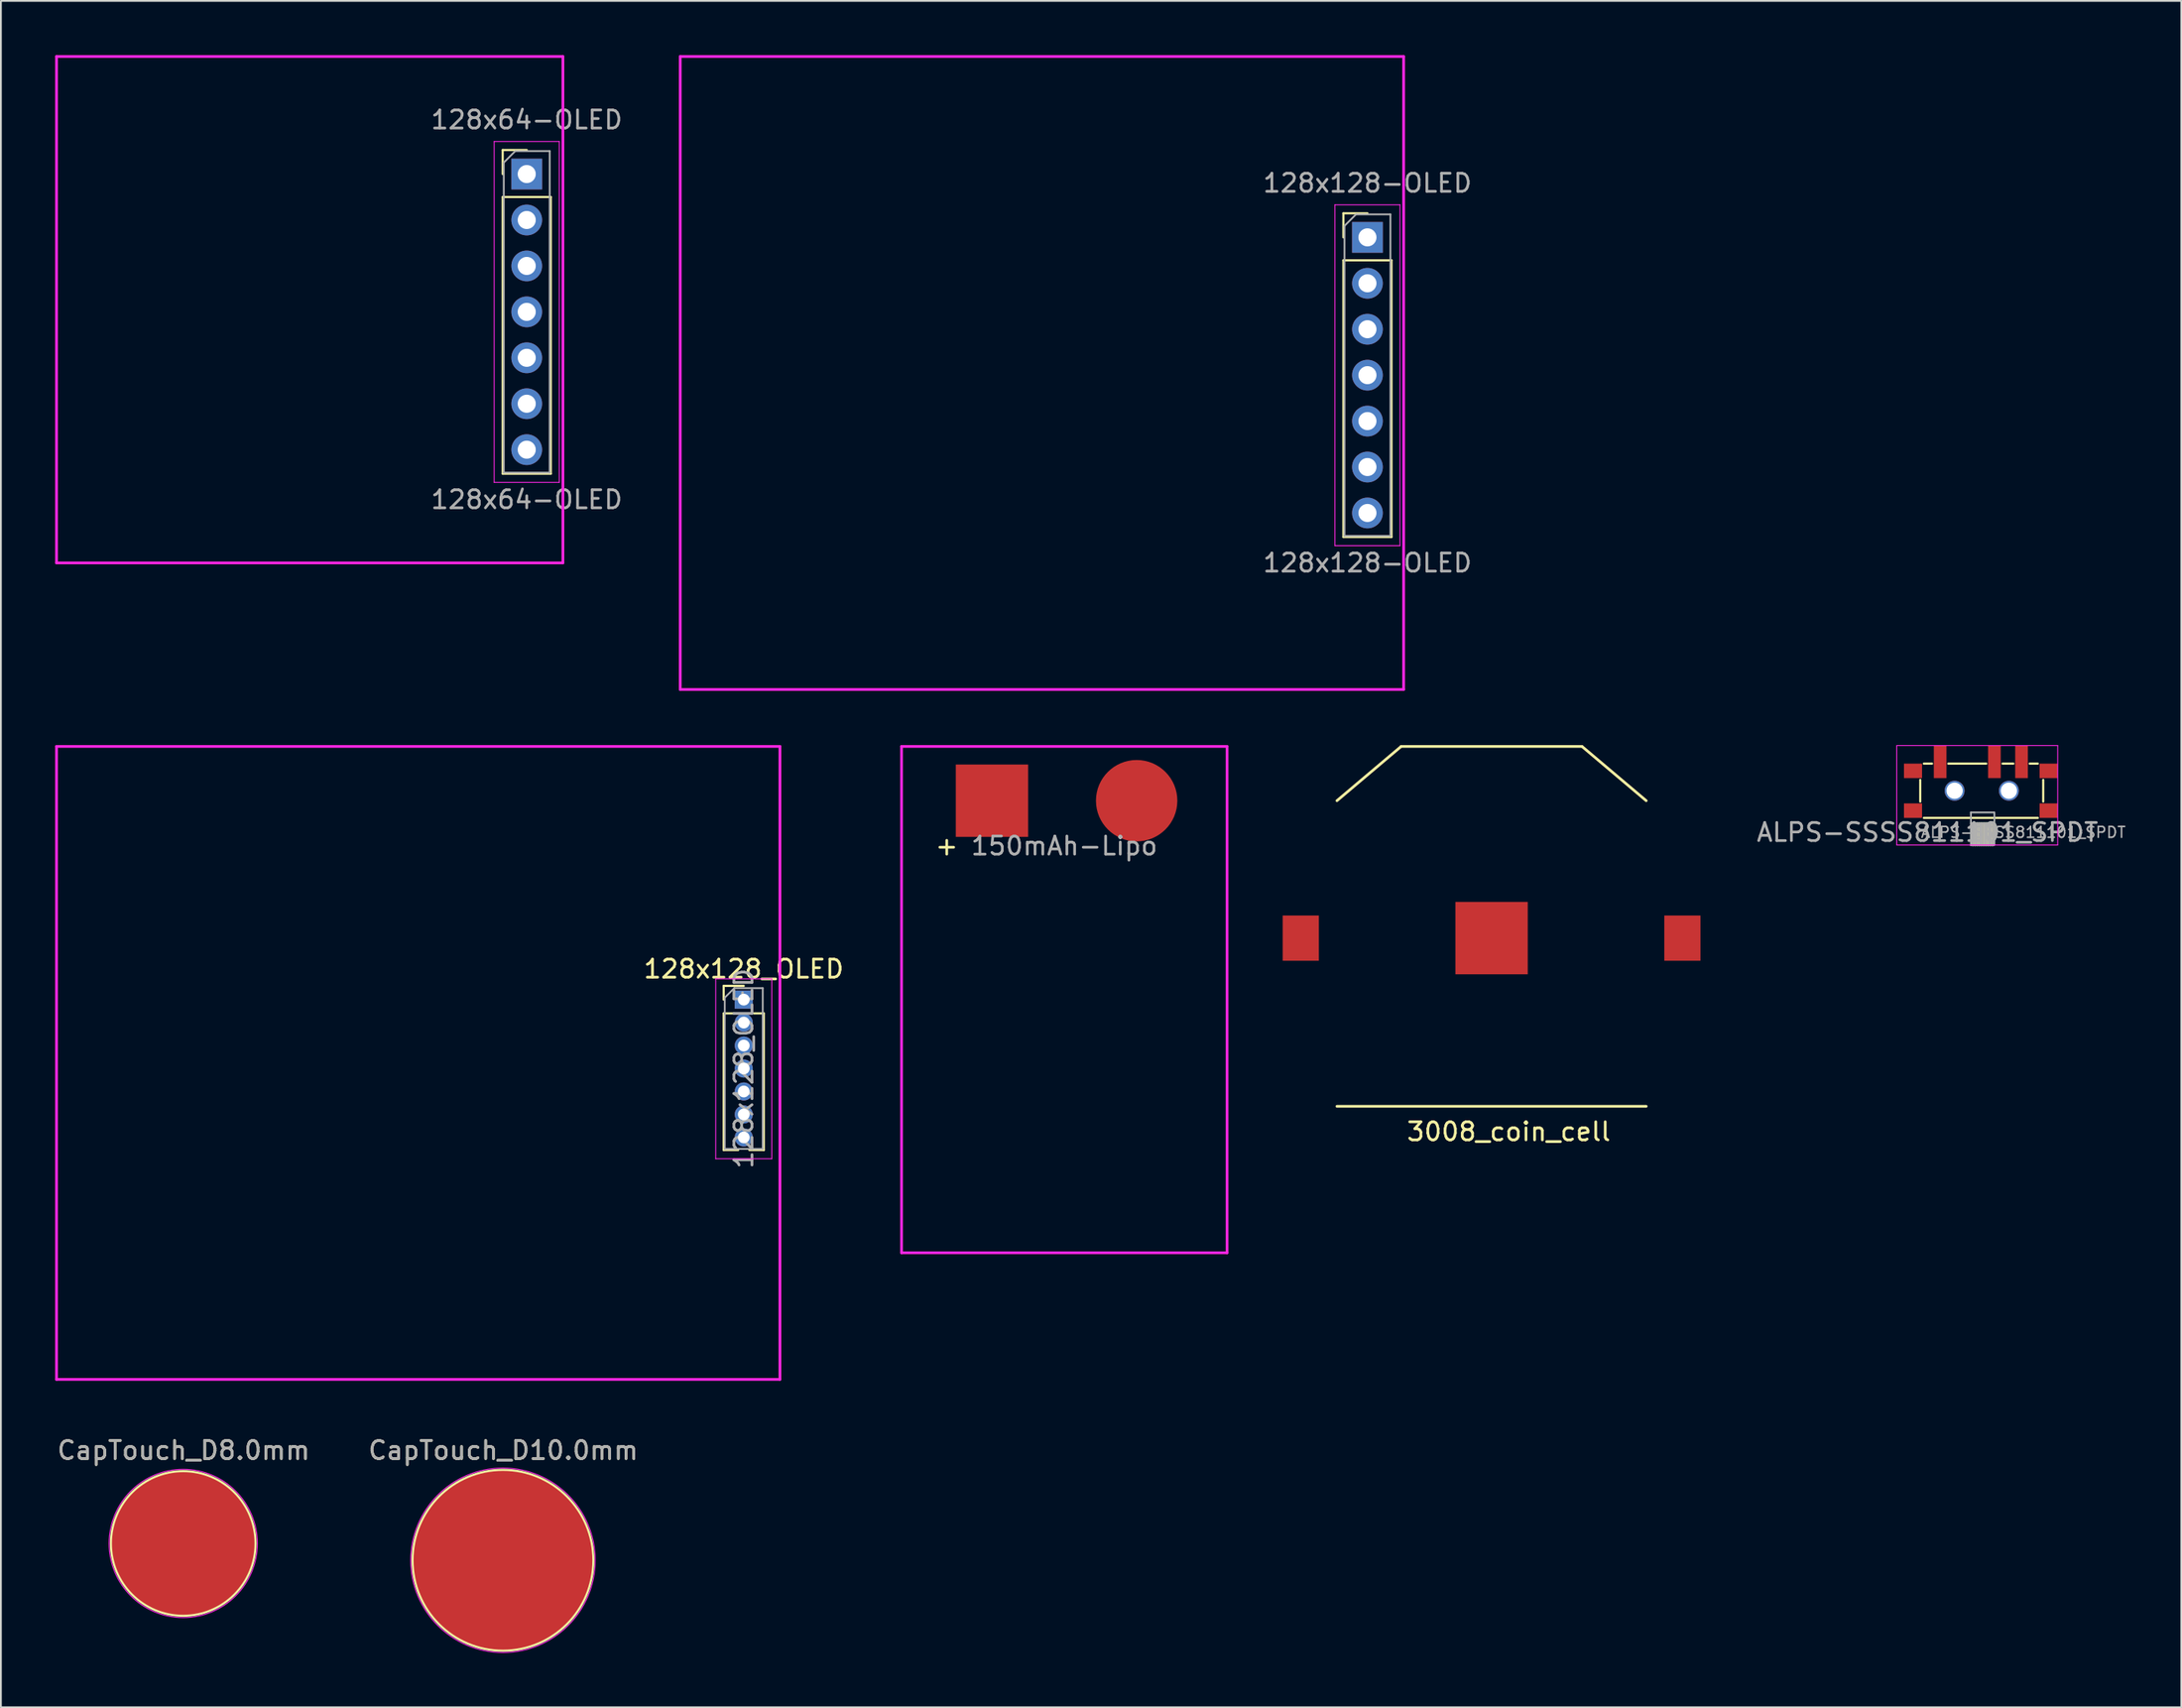
<source format=kicad_pcb>
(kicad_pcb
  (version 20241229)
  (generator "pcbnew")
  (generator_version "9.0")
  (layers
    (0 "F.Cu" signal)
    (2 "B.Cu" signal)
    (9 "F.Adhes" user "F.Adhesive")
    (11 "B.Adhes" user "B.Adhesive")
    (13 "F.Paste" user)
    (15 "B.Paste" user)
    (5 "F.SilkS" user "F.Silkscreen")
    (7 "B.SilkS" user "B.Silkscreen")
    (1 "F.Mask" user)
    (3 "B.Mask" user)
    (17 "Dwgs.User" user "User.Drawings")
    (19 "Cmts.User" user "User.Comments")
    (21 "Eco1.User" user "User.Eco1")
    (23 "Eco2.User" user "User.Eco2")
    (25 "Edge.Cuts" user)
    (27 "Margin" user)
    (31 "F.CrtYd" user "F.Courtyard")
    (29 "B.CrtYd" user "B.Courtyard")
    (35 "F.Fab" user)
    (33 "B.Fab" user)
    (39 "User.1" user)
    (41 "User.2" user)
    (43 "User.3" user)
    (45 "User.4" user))
  (footprint "150mAh-Lipo"
    (layer "F.Cu")
    (at 55.799 41.225)
    (property "Reference" "150mAh-Lipo" (at 0 2.5 0) (layer "F.Fab") (effects (font (size 1 1) (thickness 0.15))))
    (attr through_hole)
    (fp_line (start -9 -3) (end -9 25) (stroke (width 0.15) (type solid)) (layer "F.CrtYd"))
    (fp_line (start -9 25) (end 9 25) (stroke (width 0.15) (type solid)) (layer "F.CrtYd"))
    (fp_line (start 9 -3) (end -9 -3) (stroke (width 0.15) (type solid)) (layer "F.CrtYd"))
    (fp_line (start 9 25) (end 9 -3) (stroke (width 0.15) (type solid)) (layer "F.CrtYd"))
    (fp_text user "+" (at -6.5 2.5 0) (layer "F.SilkS") (effects (font (size 1 1) (thickness 0.15))))
    (pad "1" smd rect (at -4 0) (size 4 4) (layers "F.Cu" "F.Mask" "F.Paste"))
    (pad "2" smd circle (at 4 0) (size 4.5 4.5) (layers "F.Cu" "F.Mask" "F.Paste")))
  (footprint "128x128-OLED"
    (layer "F.Cu")
    (at 72.561 10.075)
    (property "Reference" "128x128-OLED" (at 0 -3 0) (layer "F.Fab") (effects (font (size 1 1) (thickness 0.15))))
    (attr through_hole)
    (fp_line (start -1.33 -1.33) (end 0 -1.33) (stroke (width 0.12) (type solid)) (layer "F.SilkS"))
    (fp_line (start -1.33 0) (end -1.33 -1.33) (stroke (width 0.12) (type solid)) (layer "F.SilkS"))
    (fp_line (start -1.33 1.27) (end -1.33 16.57) (stroke (width 0.12) (type solid)) (layer "F.SilkS"))
    (fp_line (start -1.33 1.27) (end 1.33 1.27) (stroke (width 0.12) (type solid)) (layer "F.SilkS"))
    (fp_line (start -1.33 16.57) (end 1.33 16.57) (stroke (width 0.12) (type solid)) (layer "F.SilkS"))
    (fp_line (start 1.33 1.27) (end 1.33 16.57) (stroke (width 0.12) (type solid)) (layer "F.SilkS"))
    (fp_line (start -38 -10) (end 2 -10) (stroke (width 0.15) (type solid)) (layer "F.CrtYd"))
    (fp_line (start -38 25) (end -38 -10) (stroke (width 0.15) (type solid)) (layer "F.CrtYd"))
    (fp_line (start -1.8 -1.8) (end -1.8 17.05) (stroke (width 0.05) (type solid)) (layer "F.CrtYd"))
    (fp_line (start -1.8 17.05) (end 1.8 17.05) (stroke (width 0.05) (type solid)) (layer "F.CrtYd"))
    (fp_line (start 1.8 -1.8) (end -1.8 -1.8) (stroke (width 0.05) (type solid)) (layer "F.CrtYd"))
    (fp_line (start 1.8 17.05) (end 1.8 -1.8) (stroke (width 0.05) (type solid)) (layer "F.CrtYd"))
    (fp_line (start 2 -10) (end 2 25) (stroke (width 0.15) (type solid)) (layer "F.CrtYd"))
    (fp_line (start 2 25) (end -38 25) (stroke (width 0.15) (type solid)) (layer "F.CrtYd"))
    (fp_line (start -1.27 -0.635) (end -0.635 -1.27) (stroke (width 0.1) (type solid)) (layer "F.Fab"))
    (fp_line (start -1.27 16.51) (end -1.27 -0.635) (stroke (width 0.1) (type solid)) (layer "F.Fab"))
    (fp_line (start -0.635 -1.27) (end 1.27 -1.27) (stroke (width 0.1) (type solid)) (layer "F.Fab"))
    (fp_line (start 1.27 -1.27) (end 1.27 16.51) (stroke (width 0.1) (type solid)) (layer "F.Fab"))
    (fp_line (start 1.27 16.51) (end -1.27 16.51) (stroke (width 0.1) (type solid)) (layer "F.Fab"))
    (fp_text user "${REFERENCE}" (at 0 18 180) (layer "F.Fab") (effects (font (size 1 1) (thickness 0.15))))
    (pad "1" thru_hole rect (at 0 0) (size 1.7 1.7) (drill 1) (layers "*.Cu" "*.Mask"))
    (pad "2" thru_hole oval (at 0 2.54) (size 1.7 1.7) (drill 1) (layers "*.Cu" "*.Mask"))
    (pad "3" thru_hole oval (at 0 5.08) (size 1.7 1.7) (drill 1) (layers "*.Cu" "*.Mask"))
    (pad "4" thru_hole oval (at 0 7.62) (size 1.7 1.7) (drill 1) (layers "*.Cu" "*.Mask"))
    (pad "5" thru_hole oval (at 0 10.16) (size 1.7 1.7) (drill 1) (layers "*.Cu" "*.Mask"))
    (pad "6" thru_hole oval (at 0 12.7) (size 1.7 1.7) (drill 1) (layers "*.Cu" "*.Mask"))
    (pad "7" thru_hole oval (at 0 15.24) (size 1.7 1.7) (drill 1) (layers "*.Cu" "*.Mask")))
  (footprint "3008_coin_cell"
    (layer "F.Cu")
    (at 68.874 48.825)
    (property "Reference" "3008_coin_cell" (at 11.5 10.7 0) (layer "F.SilkS") (effects (font (size 1 1) (thickness 0.15))))
    (attr through_hole)
    (fp_line (start 2 9.3) (end 19.1 9.3) (stroke (width 0.15) (type solid)) (layer "F.SilkS"))
    (fp_line (start 5.55 -10.6) (end 2 -7.6) (stroke (width 0.15) (type solid)) (layer "F.SilkS"))
    (fp_line (start 5.55 -10.6) (end 15.55 -10.6) (stroke (width 0.15) (type solid)) (layer "F.SilkS"))
    (fp_line (start 15.55 -10.6) (end 19.1 -7.6) (stroke (width 0.15) (type solid)) (layer "F.SilkS"))
    (pad "1" smd rect (at 0 0) (size 2 2.5) (layers "F.Cu" "F.Mask" "F.Paste"))
    (pad "1" smd rect (at 21.1 0) (size 2 2.5) (layers "F.Cu" "F.Mask" "F.Paste"))
    (pad "2" smd rect (at 10.55 0) (size 4 4) (layers "F.Cu" "F.Mask" "F.Paste")))
  (footprint "ALPS-SSSS811101_SPDT"
    (layer "F.Cu")
    (at 106.527 40.675)
    (property "Reference" "ALPS-SSSS811101_SPDT" (at -3 2.3 0) (layer "F.Fab") (effects (font (size 1 1) (thickness 0.15))))
    (attr smd)
    (fp_line (start -3.4 -0.6) (end -3.4 0.6) (stroke (width 0.12) (type solid)) (layer "F.SilkS"))
    (fp_line (start -3.2 -1.5) (end -2.75 -1.5) (stroke (width 0.12) (type solid)) (layer "F.SilkS"))
    (fp_line (start -3.2 1.5) (end 3.1 1.5) (stroke (width 0.12) (type solid)) (layer "F.SilkS"))
    (fp_line (start -1.85 -1.5) (end 0.25 -1.5) (stroke (width 0.12) (type solid)) (layer "F.SilkS"))
    (fp_line (start -0.491 3.012) (end -0.491 1.805) (stroke (width 0.12) (type solid)) (layer "F.SilkS"))
    (fp_line (start -0.371 3.012) (end -0.371 1.805) (stroke (width 0.12) (type solid)) (layer "F.SilkS"))
    (fp_line (start -0.251 3.012) (end -0.251 1.805) (stroke (width 0.12) (type solid)) (layer "F.SilkS"))
    (fp_line (start -0.131 3.012) (end -0.131 1.805) (stroke (width 0.12) (type solid)) (layer "F.SilkS"))
    (fp_line (start -0.011 3.012) (end -0.011 1.805) (stroke (width 0.12) (type solid)) (layer "F.SilkS"))
    (fp_line (start 0.109 3.012) (end 0.109 1.805) (stroke (width 0.12) (type solid)) (layer "F.SilkS"))
    (fp_line (start 0.229 3.012) (end 0.229 1.805) (stroke (width 0.12) (type solid)) (layer "F.SilkS"))
    (fp_line (start 0.349 3.012) (end 0.349 1.805) (stroke (width 0.12) (type solid)) (layer "F.SilkS"))
    (fp_line (start 0.469 3.012) (end 0.469 1.805) (stroke (width 0.12) (type solid)) (layer "F.SilkS"))
    (fp_line (start 0.589 3.012) (end 0.589 1.805) (stroke (width 0.12) (type solid)) (layer "F.SilkS"))
    (fp_line (start 1.15 -1.5) (end 1.75 -1.5) (stroke (width 0.12) (type solid)) (layer "F.SilkS"))
    (fp_line (start 2.65 -1.5) (end 3.1 -1.5) (stroke (width 0.12) (type solid)) (layer "F.SilkS"))
    (fp_line (start 3.4 -0.6) (end 3.4 0.6) (stroke (width 0.12) (type solid)) (layer "F.SilkS"))
    (fp_line (start -4.7 -2.5) (end -4.7 3) (stroke (width 0.05) (type solid)) (layer "F.CrtYd"))
    (fp_line (start -4.7 3) (end 4.2 3) (stroke (width 0.05) (type solid)) (layer "F.CrtYd"))
    (fp_line (start 4.2 -2.5) (end -4.7 -2.5) (stroke (width 0.05) (type solid)) (layer "F.CrtYd"))
    (fp_line (start 4.2 3) (end 4.2 -2.5) (stroke (width 0.05) (type solid)) (layer "F.CrtYd"))
    (fp_line (start -0.611 3.012) (end 0.659 3.012) (stroke (width 0.1) (type solid)) (layer "F.Fab"))
    (fp_line (start -0.6 1.2) (end -0.6 3) (stroke (width 0.1) (type solid)) (layer "F.Fab"))
    (fp_line (start -0.6 1.8) (end 0.7 1.8) (stroke (width 0.1) (type solid)) (layer "F.Fab"))
    (fp_line (start -0.5 3.007) (end -0.5 1.8) (stroke (width 0.1) (type solid)) (layer "F.Fab"))
    (fp_line (start -0.4 3.007) (end -0.4 1.8) (stroke (width 0.1) (type solid)) (layer "F.Fab"))
    (fp_line (start -0.3 3.007) (end -0.3 1.8) (stroke (width 0.1) (type solid)) (layer "F.Fab"))
    (fp_line (start -0.2 3.007) (end -0.2 1.8) (stroke (width 0.1) (type solid)) (layer "F.Fab"))
    (fp_line (start -0.1 3.007) (end -0.1 1.8) (stroke (width 0.1) (type solid)) (layer "F.Fab"))
    (fp_line (start 0 3.007) (end 0 1.8) (stroke (width 0.1) (type solid)) (layer "F.Fab"))
    (fp_line (start 0.1 3.007) (end 0.1 1.8) (stroke (width 0.1) (type solid)) (layer "F.Fab"))
    (fp_line (start 0.2 3.007) (end 0.2 1.8) (stroke (width 0.1) (type solid)) (layer "F.Fab"))
    (fp_line (start 0.3 3.007) (end 0.3 1.8) (stroke (width 0.1) (type solid)) (layer "F.Fab"))
    (fp_line (start 0.4 3.012) (end 0.4 1.805) (stroke (width 0.1) (type solid)) (layer "F.Fab"))
    (fp_line (start 0.5 3.012) (end 0.5 1.805) (stroke (width 0.1) (type solid)) (layer "F.Fab"))
    (fp_line (start 0.6 3.012) (end 0.6 1.805) (stroke (width 0.1) (type solid)) (layer "F.Fab"))
    (fp_line (start 0.67 1.2) (end -0.6 1.2) (stroke (width 0.1) (type solid)) (layer "F.Fab"))
    (fp_line (start 0.7 3) (end 0.7 1.2) (stroke (width 0.1) (type solid)) (layer "F.Fab"))
    (fp_text user "${REFERENCE}" (at 2.3 2.3 180) (layer "F.Fab") (effects (font (size 0.6 0.6) (thickness 0.09))))
    (pad "" thru_hole circle (at -1.5 0) (size 1.1 1.1) (drill 0.9) (layers "*.Cu" "*.Mask"))
    (pad "" thru_hole circle (at 1.5 0) (size 1.1 1.1) (drill 0.9) (layers "*.Cu" "*.Mask"))
    (pad "1" smd rect (at -2.3 -1.6 90) (size 1.8 0.7) (layers "F.Cu" "F.Mask" "F.Paste"))
    (pad "2" smd rect (at 0.7 -1.6 90) (size 1.8 0.7) (layers "F.Cu" "F.Mask" "F.Paste"))
    (pad "3" smd rect (at 2.2 -1.6 90) (size 1.8 0.7) (layers "F.Cu" "F.Mask" "F.Paste"))
    (pad "4" smd rect (at -3.8 -1.1) (size 1 0.8) (layers "F.Cu" "F.Mask" "F.Paste"))
    (pad "4" smd rect (at -3.8 1.1) (size 1 0.8) (layers "F.Cu" "F.Mask" "F.Paste"))
    (pad "4" smd rect (at 3.7 -1.1) (size 1 0.8) (layers "F.Cu" "F.Mask" "F.Paste"))
    (pad "4" smd rect (at 3.7 1.1) (size 1 0.8) (layers "F.Cu" "F.Mask" "F.Paste")))
  (footprint "CapTouch_D8.0mm"
    (layer "F.Cu")
    (at 7.081 82.298)
    (property "Reference" "CapTouch_D8.0mm" (at 0.02 -5.15 0) (layer "F.SilkS") (effects (font (size 1 1) (thickness 0.15))))
    (attr exclude_from_pos_files exclude_from_bom)
    (fp_circle (center 0 0) (end 4 0) (stroke (width 0.12) (type solid)) (fill no) (layer "F.SilkS"))
    (fp_circle (center 0 0) (end 4.1 0) (stroke (width 0.05) (type solid)) (fill no) (layer "F.CrtYd"))
    (fp_text user "${REFERENCE}" (at 0.02 -5.15 0) (layer "F.Fab") (effects (font (size 1 1) (thickness 0.15))))
    (pad "1" smd circle (at 0 0) (size 8 8) (layers "F.Cu")))
  (footprint "128x128_OLED"
    (layer "F.Cu")
    (at 38.075 52.225)
    (property "Reference" "128x128_OLED" (at 0 -1.695 0) (layer "F.SilkS") (effects (font (size 1 1) (thickness 0.15))))
    (attr through_hole)
    (fp_line (start -1.11 -0.76) (end 0 -0.76) (stroke (width 0.12) (type solid)) (layer "F.SilkS"))
    (fp_line (start -1.11 0) (end -1.11 -0.76) (stroke (width 0.12) (type solid)) (layer "F.SilkS"))
    (fp_line (start -1.11 0.76) (end -1.11 8.315) (stroke (width 0.12) (type solid)) (layer "F.SilkS"))
    (fp_line (start -1.11 0.76) (end -0.563 0.76) (stroke (width 0.12) (type solid)) (layer "F.SilkS"))
    (fp_line (start -1.11 8.315) (end -0.308 8.315) (stroke (width 0.12) (type solid)) (layer "F.SilkS"))
    (fp_line (start 0.308 8.315) (end 1.11 8.315) (stroke (width 0.12) (type solid)) (layer "F.SilkS"))
    (fp_line (start 0.563 0.76) (end 1.11 0.76) (stroke (width 0.12) (type solid)) (layer "F.SilkS"))
    (fp_line (start 1.11 0.76) (end 1.11 8.315) (stroke (width 0.12) (type solid)) (layer "F.SilkS"))
    (fp_line (start -38 -14) (end -38 21) (stroke (width 0.15) (type solid)) (layer "F.CrtYd"))
    (fp_line (start -38 21) (end 2 21) (stroke (width 0.15) (type solid)) (layer "F.CrtYd"))
    (fp_line (start -1.55 -1.15) (end -1.55 8.8) (stroke (width 0.05) (type solid)) (layer "F.CrtYd"))
    (fp_line (start -1.55 8.8) (end 1.55 8.8) (stroke (width 0.05) (type solid)) (layer "F.CrtYd"))
    (fp_line (start 1.55 -1.15) (end -1.55 -1.15) (stroke (width 0.05) (type solid)) (layer "F.CrtYd"))
    (fp_line (start 1.55 8.8) (end 1.55 -1.15) (stroke (width 0.05) (type solid)) (layer "F.CrtYd"))
    (fp_line (start 2 -14) (end -38 -14) (stroke (width 0.15) (type solid)) (layer "F.CrtYd"))
    (fp_line (start 2 21) (end 2 -14) (stroke (width 0.15) (type solid)) (layer "F.CrtYd"))
    (fp_line (start -1.05 -0.11) (end -0.525 -0.635) (stroke (width 0.1) (type solid)) (layer "F.Fab"))
    (fp_line (start -1.05 8.255) (end -1.05 -0.11) (stroke (width 0.1) (type solid)) (layer "F.Fab"))
    (fp_line (start -0.525 -0.635) (end 1.05 -0.635) (stroke (width 0.1) (type solid)) (layer "F.Fab"))
    (fp_line (start 1.05 -0.635) (end 1.05 8.255) (stroke (width 0.1) (type solid)) (layer "F.Fab"))
    (fp_line (start 1.05 8.255) (end -1.05 8.255) (stroke (width 0.1) (type solid)) (layer "F.Fab"))
    (fp_text user "${REFERENCE}" (at 0 3.81 90) (layer "F.Fab") (effects (font (size 1 1) (thickness 0.15))))
    (pad "1" thru_hole rect (at 0 0) (size 1 1) (drill 0.65) (layers "*.Cu" "*.Mask"))
    (pad "2" thru_hole oval (at 0 1.27) (size 1 1) (drill 0.65) (layers "*.Cu" "*.Mask"))
    (pad "3" thru_hole oval (at 0 2.54) (size 1 1) (drill 0.65) (layers "*.Cu" "*.Mask"))
    (pad "4" thru_hole oval (at 0 3.81) (size 1 1) (drill 0.65) (layers "*.Cu" "*.Mask"))
    (pad "5" thru_hole oval (at 0 5.08) (size 1 1) (drill 0.65) (layers "*.Cu" "*.Mask"))
    (pad "6" thru_hole oval (at 0 6.35) (size 1 1) (drill 0.65) (layers "*.Cu" "*.Mask"))
    (pad "7" thru_hole oval (at 0 7.62) (size 1 1) (drill 0.65) (layers "*.Cu" "*.Mask")))
  (footprint "CapTouch_D10.0mm"
    (layer "F.Cu")
    (at 24.76 83.228)
    (property "Reference" "CapTouch_D10.0mm" (at 0.02 -6.08 0) (layer "F.SilkS") (effects (font (size 1 1) (thickness 0.15))))
    (attr exclude_from_pos_files exclude_from_bom)
    (fp_circle (center 0 0) (end 5 0) (stroke (width 0.12) (type solid)) (fill no) (layer "F.SilkS"))
    (fp_circle (center 0 0) (end 5.1 0) (stroke (width 0.05) (type solid)) (fill no) (layer "F.CrtYd"))
    (fp_text user "${REFERENCE}" (at 0.02 -6.08 0) (layer "F.Fab") (effects (font (size 1 1) (thickness 0.15))))
    (pad "1" smd circle (at 0 0) (size 10 10) (layers "F.Cu")))
  (footprint "128x64-OLED"
    (layer "F.Cu")
    (at 26.075 6.575)
    (property "Reference" "128x64-OLED" (at 0 -3 0) (layer "F.Fab") (effects (font (size 1 1) (thickness 0.15))))
    (attr through_hole)
    (fp_line (start -1.33 -1.33) (end 0 -1.33) (stroke (width 0.12) (type solid)) (layer "F.SilkS"))
    (fp_line (start -1.33 0) (end -1.33 -1.33) (stroke (width 0.12) (type solid)) (layer "F.SilkS"))
    (fp_line (start -1.33 1.27) (end -1.33 16.57) (stroke (width 0.12) (type solid)) (layer "F.SilkS"))
    (fp_line (start -1.33 1.27) (end 1.33 1.27) (stroke (width 0.12) (type solid)) (layer "F.SilkS"))
    (fp_line (start -1.33 16.57) (end 1.33 16.57) (stroke (width 0.12) (type solid)) (layer "F.SilkS"))
    (fp_line (start 1.33 1.27) (end 1.33 16.57) (stroke (width 0.12) (type solid)) (layer "F.SilkS"))
    (fp_line (start -26 -6.5) (end 2 -6.5) (stroke (width 0.15) (type solid)) (layer "F.CrtYd"))
    (fp_line (start -26 21.5) (end -26 -6.5) (stroke (width 0.15) (type solid)) (layer "F.CrtYd"))
    (fp_line (start -1.8 -1.8) (end -1.8 17.05) (stroke (width 0.05) (type solid)) (layer "F.CrtYd"))
    (fp_line (start -1.8 17.05) (end 1.8 17.05) (stroke (width 0.05) (type solid)) (layer "F.CrtYd"))
    (fp_line (start 1.8 -1.8) (end -1.8 -1.8) (stroke (width 0.05) (type solid)) (layer "F.CrtYd"))
    (fp_line (start 1.8 17.05) (end 1.8 -1.8) (stroke (width 0.05) (type solid)) (layer "F.CrtYd"))
    (fp_line (start 2 -6.5) (end 2 21.5) (stroke (width 0.15) (type solid)) (layer "F.CrtYd"))
    (fp_line (start 2 21.5) (end -26 21.5) (stroke (width 0.15) (type solid)) (layer "F.CrtYd"))
    (fp_line (start -1.27 -0.635) (end -0.635 -1.27) (stroke (width 0.1) (type solid)) (layer "F.Fab"))
    (fp_line (start -1.27 16.51) (end -1.27 -0.635) (stroke (width 0.1) (type solid)) (layer "F.Fab"))
    (fp_line (start -0.635 -1.27) (end 1.27 -1.27) (stroke (width 0.1) (type solid)) (layer "F.Fab"))
    (fp_line (start 1.27 -1.27) (end 1.27 16.51) (stroke (width 0.1) (type solid)) (layer "F.Fab"))
    (fp_line (start 1.27 16.51) (end -1.27 16.51) (stroke (width 0.1) (type solid)) (layer "F.Fab"))
    (fp_text user "${REFERENCE}" (at 0 18 180) (layer "F.Fab") (effects (font (size 1 1) (thickness 0.15))))
    (pad "1" thru_hole rect (at 0 0) (size 1.7 1.7) (drill 1) (layers "*.Cu" "*.Mask"))
    (pad "2" thru_hole oval (at 0 2.54) (size 1.7 1.7) (drill 1) (layers "*.Cu" "*.Mask"))
    (pad "3" thru_hole oval (at 0 5.08) (size 1.7 1.7) (drill 1) (layers "*.Cu" "*.Mask"))
    (pad "4" thru_hole oval (at 0 7.62) (size 1.7 1.7) (drill 1) (layers "*.Cu" "*.Mask"))
    (pad "5" thru_hole oval (at 0 10.16) (size 1.7 1.7) (drill 1) (layers "*.Cu" "*.Mask"))
    (pad "6" thru_hole oval (at 0 12.7) (size 1.7 1.7) (drill 1) (layers "*.Cu" "*.Mask"))
    (pad "7" thru_hole oval (at 0 15.24) (size 1.7 1.7) (drill 1) (layers "*.Cu" "*.Mask")))
  (gr_rect
    (start -3 -3)
    (end 117.56 91.353)
    (stroke (width 0.1) (type default))
    (fill no)
    (layer "Edge.Cuts")))
</source>
